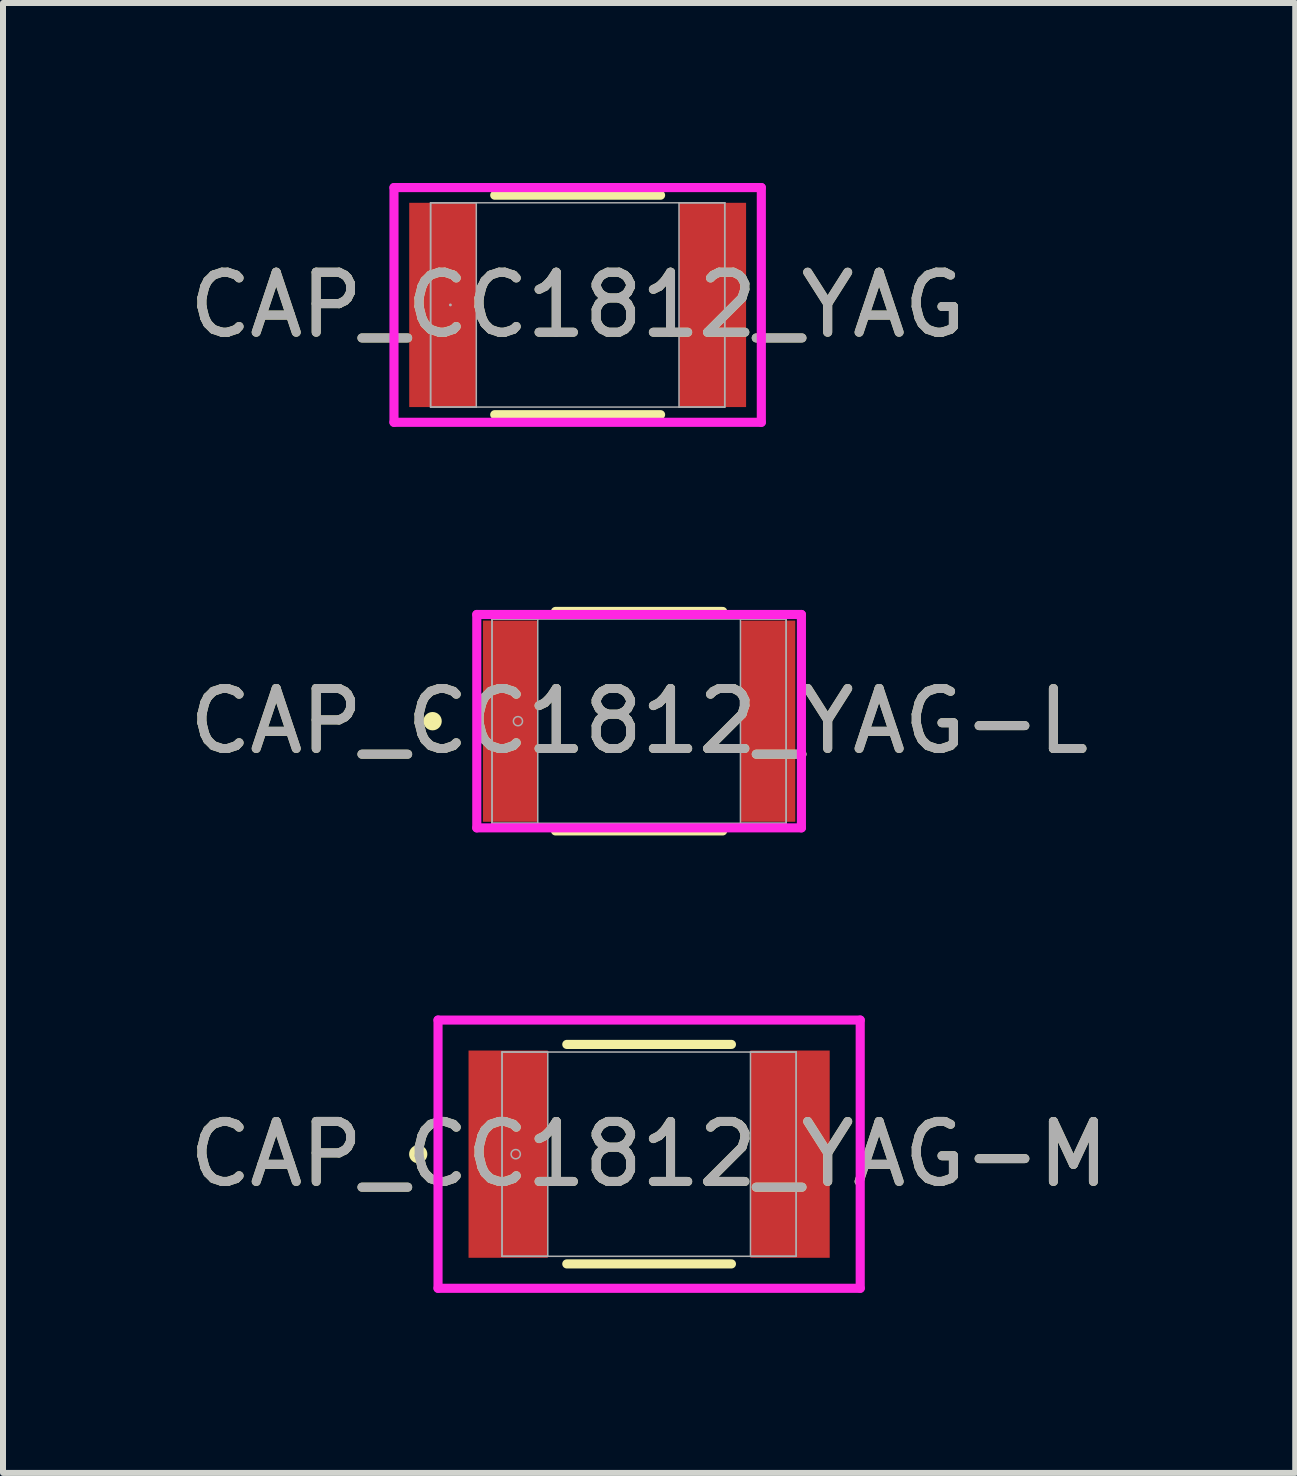
<source format=kicad_pcb>
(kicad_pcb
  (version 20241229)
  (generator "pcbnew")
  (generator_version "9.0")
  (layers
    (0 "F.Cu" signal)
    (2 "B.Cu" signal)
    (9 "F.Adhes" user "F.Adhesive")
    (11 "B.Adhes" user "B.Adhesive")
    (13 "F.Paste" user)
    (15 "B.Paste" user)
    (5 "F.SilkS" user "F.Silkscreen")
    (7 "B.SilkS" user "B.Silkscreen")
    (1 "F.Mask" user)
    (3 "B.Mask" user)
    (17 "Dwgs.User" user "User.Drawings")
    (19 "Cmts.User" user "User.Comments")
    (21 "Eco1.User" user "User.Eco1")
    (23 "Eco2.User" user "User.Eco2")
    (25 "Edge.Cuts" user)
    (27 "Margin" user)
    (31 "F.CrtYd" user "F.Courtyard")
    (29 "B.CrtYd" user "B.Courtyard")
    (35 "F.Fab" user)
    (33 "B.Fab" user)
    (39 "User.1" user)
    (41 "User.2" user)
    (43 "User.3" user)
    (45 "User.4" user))
  (footprint "CAP_CC1812_YAG-L"
    (layer "F.Cu")
    (at 7.601 8.969)
    (property "Reference" "CAP_CC1812_YAG-L" (at 0 0 0) (unlocked yes) (layer "F.SilkS") (effects (font (size 1 1) (thickness 0.15))))
    (attr smd)
    (fp_line (start -1.393 1.829) (end 1.393 1.829) (stroke (width 0.152) (type solid)) (layer "F.SilkS"))
    (fp_line (start 1.393 -1.829) (end -1.393 -1.829) (stroke (width 0.152) (type solid)) (layer "F.SilkS"))
    (fp_circle (center -3.442 0) (end -3.365 0) (stroke (width 0.152) (type solid)) (fill no) (layer "F.SilkS"))
    (fp_line (start -2.705 -1.778) (end 2.705 -1.778) (stroke (width 0.152) (type solid)) (layer "F.CrtYd"))
    (fp_line (start -2.705 1.778) (end -2.705 -1.778) (stroke (width 0.152) (type solid)) (layer "F.CrtYd"))
    (fp_line (start 2.705 -1.778) (end 2.705 1.778) (stroke (width 0.152) (type solid)) (layer "F.CrtYd"))
    (fp_line (start 2.705 1.778) (end -2.705 1.778) (stroke (width 0.152) (type solid)) (layer "F.CrtYd"))
    (fp_line (start -2.451 -1.702) (end -2.451 1.702) (stroke (width 0.025) (type solid)) (layer "F.Fab"))
    (fp_line (start -2.451 -1.702) (end -2.451 1.702) (stroke (width 0.025) (type solid)) (layer "F.Fab"))
    (fp_line (start -2.451 1.702) (end -1.689 1.702) (stroke (width 0.025) (type solid)) (layer "F.Fab"))
    (fp_line (start -2.451 1.702) (end 2.451 1.702) (stroke (width 0.025) (type solid)) (layer "F.Fab"))
    (fp_line (start -1.689 -1.702) (end -2.451 -1.702) (stroke (width 0.025) (type solid)) (layer "F.Fab"))
    (fp_line (start -1.689 1.702) (end -1.689 -1.702) (stroke (width 0.025) (type solid)) (layer "F.Fab"))
    (fp_line (start 1.689 -1.702) (end 1.689 1.702) (stroke (width 0.025) (type solid)) (layer "F.Fab"))
    (fp_line (start 1.689 1.702) (end 2.451 1.702) (stroke (width 0.025) (type solid)) (layer "F.Fab"))
    (fp_line (start 2.451 -1.702) (end -2.451 -1.702) (stroke (width 0.025) (type solid)) (layer "F.Fab"))
    (fp_line (start 2.451 -1.702) (end 1.689 -1.702) (stroke (width 0.025) (type solid)) (layer "F.Fab"))
    (fp_line (start 2.451 1.702) (end 2.451 -1.702) (stroke (width 0.025) (type solid)) (layer "F.Fab"))
    (fp_line (start 2.451 1.702) (end 2.451 -1.702) (stroke (width 0.025) (type solid)) (layer "F.Fab"))
    (fp_circle (center -2.019 0) (end -1.943 0) (stroke (width 0.025) (type solid)) (fill no) (layer "F.Fab"))
    (fp_text user "${REFERENCE}" (at 0 0 0) (unlocked yes) (layer "F.Fab") (effects (font (size 1 1) (thickness 0.15))))
    (pad "1" smd rect (at -2.146 0) (size 0.914 3.353) (layers "F.Cu" "F.Mask" "F.Paste"))
    (pad "2" smd rect (at 2.146 0) (size 0.914 3.353) (layers "F.Cu" "F.Mask" "F.Paste"))
    (zone (net_name "") (layer "F.Cu") (hatch full 0.508) (connect_pads) (min_thickness 0.254) (filled_areas_thickness no) (keepout (tracks not_allowed) (vias not_allowed) (pads allowed) (copperpour not_allowed) (footprints allowed)) (placement (enabled no)) (fill) (polygon (pts (xy 5.963 7.318) (xy 9.239 7.318) (xy 9.239 10.62) (xy 5.963 10.62)))))
  (footprint "CAP_CC1812_YAG-M"
    (layer "F.Cu")
    (at 7.768 16.185)
    (property "Reference" "CAP_CC1812_YAG-M" (at 0 0 0) (unlocked yes) (layer "F.SilkS") (effects (font (size 1 1) (thickness 0.15))))
    (attr smd)
    (fp_line (start -1.372 1.829) (end 1.372 1.829) (stroke (width 0.152) (type solid)) (layer "F.SilkS"))
    (fp_line (start 1.372 -1.829) (end -1.372 -1.829) (stroke (width 0.152) (type solid)) (layer "F.SilkS"))
    (fp_circle (center -3.848 0) (end -3.772 0) (stroke (width 0.152) (type solid)) (fill no) (layer "F.SilkS"))
    (fp_line (start -3.518 -2.235) (end 3.518 -2.235) (stroke (width 0.152) (type solid)) (layer "F.CrtYd"))
    (fp_line (start -3.518 2.235) (end -3.518 -2.235) (stroke (width 0.152) (type solid)) (layer "F.CrtYd"))
    (fp_line (start 3.518 -2.235) (end 3.518 2.235) (stroke (width 0.152) (type solid)) (layer "F.CrtYd"))
    (fp_line (start 3.518 2.235) (end -3.518 2.235) (stroke (width 0.152) (type solid)) (layer "F.CrtYd"))
    (fp_line (start -2.451 -1.702) (end -2.451 1.702) (stroke (width 0.025) (type solid)) (layer "F.Fab"))
    (fp_line (start -2.451 -1.702) (end -2.451 1.702) (stroke (width 0.025) (type solid)) (layer "F.Fab"))
    (fp_line (start -2.451 1.702) (end -1.689 1.702) (stroke (width 0.025) (type solid)) (layer "F.Fab"))
    (fp_line (start -2.451 1.702) (end 2.451 1.702) (stroke (width 0.025) (type solid)) (layer "F.Fab"))
    (fp_line (start -1.689 -1.702) (end -2.451 -1.702) (stroke (width 0.025) (type solid)) (layer "F.Fab"))
    (fp_line (start -1.689 1.702) (end -1.689 -1.702) (stroke (width 0.025) (type solid)) (layer "F.Fab"))
    (fp_line (start 1.689 -1.702) (end 1.689 1.702) (stroke (width 0.025) (type solid)) (layer "F.Fab"))
    (fp_line (start 1.689 1.702) (end 2.451 1.702) (stroke (width 0.025) (type solid)) (layer "F.Fab"))
    (fp_line (start 2.451 -1.702) (end -2.451 -1.702) (stroke (width 0.025) (type solid)) (layer "F.Fab"))
    (fp_line (start 2.451 -1.702) (end 1.689 -1.702) (stroke (width 0.025) (type solid)) (layer "F.Fab"))
    (fp_line (start 2.451 1.702) (end 2.451 -1.702) (stroke (width 0.025) (type solid)) (layer "F.Fab"))
    (fp_line (start 2.451 1.702) (end 2.451 -1.702) (stroke (width 0.025) (type solid)) (layer "F.Fab"))
    (fp_circle (center -2.223 0) (end -2.146 0) (stroke (width 0.025) (type solid)) (fill no) (layer "F.Fab"))
    (fp_text user "${REFERENCE}" (at 0 0 0) (unlocked yes) (layer "F.Fab") (effects (font (size 1 1) (thickness 0.15))))
    (pad "1" smd rect (at -2.349 0) (size 1.321 3.454) (layers "F.Cu" "F.Mask" "F.Paste"))
    (pad "2" smd rect (at 2.349 0) (size 1.321 3.454) (layers "F.Cu" "F.Mask" "F.Paste"))
    (zone (net_name "") (layer "F.Cu") (hatch full 0.508) (connect_pads) (min_thickness 0.254) (filled_areas_thickness no) (keepout (tracks not_allowed) (vias not_allowed) (pads allowed) (copperpour not_allowed) (footprints allowed)) (placement (enabled no)) (fill) (polygon (pts (xy 6.13 14.534) (xy 9.406 14.534) (xy 9.406 17.836) (xy 6.13 17.836)))))
  (footprint "CAP_CC1812_YAG"
    (layer "F.Cu")
    (at 6.577 2.032)
    (property "Reference" "CAP_CC1812_YAG" (at 0 0 0) (unlocked yes) (layer "F.SilkS") (effects (font (size 1 1) (thickness 0.15))))
    (attr smd)
    (fp_line (start -1.382 1.829) (end 1.382 1.829) (stroke (width 0.152) (type solid)) (layer "F.SilkS"))
    (fp_line (start 1.382 -1.829) (end -1.382 -1.829) (stroke (width 0.152) (type solid)) (layer "F.SilkS"))
    (fp_line (start -3.061 -1.956) (end 3.061 -1.956) (stroke (width 0.152) (type solid)) (layer "F.CrtYd"))
    (fp_line (start -3.061 1.956) (end -3.061 -1.956) (stroke (width 0.152) (type solid)) (layer "F.CrtYd"))
    (fp_line (start 3.061 -1.956) (end 3.061 1.956) (stroke (width 0.152) (type solid)) (layer "F.CrtYd"))
    (fp_line (start 3.061 1.956) (end -3.061 1.956) (stroke (width 0.152) (type solid)) (layer "F.CrtYd"))
    (fp_line (start -2.451 -1.702) (end -2.451 1.702) (stroke (width 0.025) (type solid)) (layer "F.Fab"))
    (fp_line (start -2.451 -1.702) (end -2.451 1.702) (stroke (width 0.025) (type solid)) (layer "F.Fab"))
    (fp_line (start -2.451 1.702) (end -1.689 1.702) (stroke (width 0.025) (type solid)) (layer "F.Fab"))
    (fp_line (start -2.451 1.702) (end 2.451 1.702) (stroke (width 0.025) (type solid)) (layer "F.Fab"))
    (fp_line (start -1.689 -1.702) (end -2.451 -1.702) (stroke (width 0.025) (type solid)) (layer "F.Fab"))
    (fp_line (start -1.689 1.702) (end -1.689 -1.702) (stroke (width 0.025) (type solid)) (layer "F.Fab"))
    (fp_line (start 1.689 -1.702) (end 1.689 1.702) (stroke (width 0.025) (type solid)) (layer "F.Fab"))
    (fp_line (start 1.689 1.702) (end 2.451 1.702) (stroke (width 0.025) (type solid)) (layer "F.Fab"))
    (fp_line (start 2.451 -1.702) (end -2.451 -1.702) (stroke (width 0.025) (type solid)) (layer "F.Fab"))
    (fp_line (start 2.451 -1.702) (end 1.689 -1.702) (stroke (width 0.025) (type solid)) (layer "F.Fab"))
    (fp_line (start 2.451 1.702) (end 2.451 -1.702) (stroke (width 0.025) (type solid)) (layer "F.Fab"))
    (fp_line (start 2.451 1.702) (end 2.451 -1.702) (stroke (width 0.025) (type solid)) (layer "F.Fab"))
    (fp_circle (center -2.121 0) (end -2.121 0) (stroke (width 0.025) (type solid)) (fill no) (layer "F.Fab"))
    (fp_text user "${REFERENCE}" (at 0 0 0) (unlocked yes) (layer "F.Fab") (effects (font (size 1 1) (thickness 0.15))))
    (pad "1" smd rect (at -2.248 0) (size 1.118 3.404) (layers "F.Cu" "F.Mask" "F.Paste"))
    (pad "2" smd rect (at 2.248 0) (size 1.118 3.404) (layers "F.Cu" "F.Mask" "F.Paste"))
    (zone (net_name "") (layer "F.Cu") (hatch full 0.508) (connect_pads) (min_thickness 0.254) (filled_areas_thickness no) (keepout (tracks not_allowed) (vias not_allowed) (pads allowed) (copperpour not_allowed) (footprints allowed)) (placement (enabled no)) (fill) (polygon (pts (xy 4.939 0.381) (xy 8.216 0.381) (xy 8.216 3.683) (xy 4.939 3.683)))))
  (gr_rect
    (start -3 -3)
    (end 18.536 21.497)
    (stroke (width 0.1) (type default))
    (fill no)
    (layer "Edge.Cuts")))
</source>
